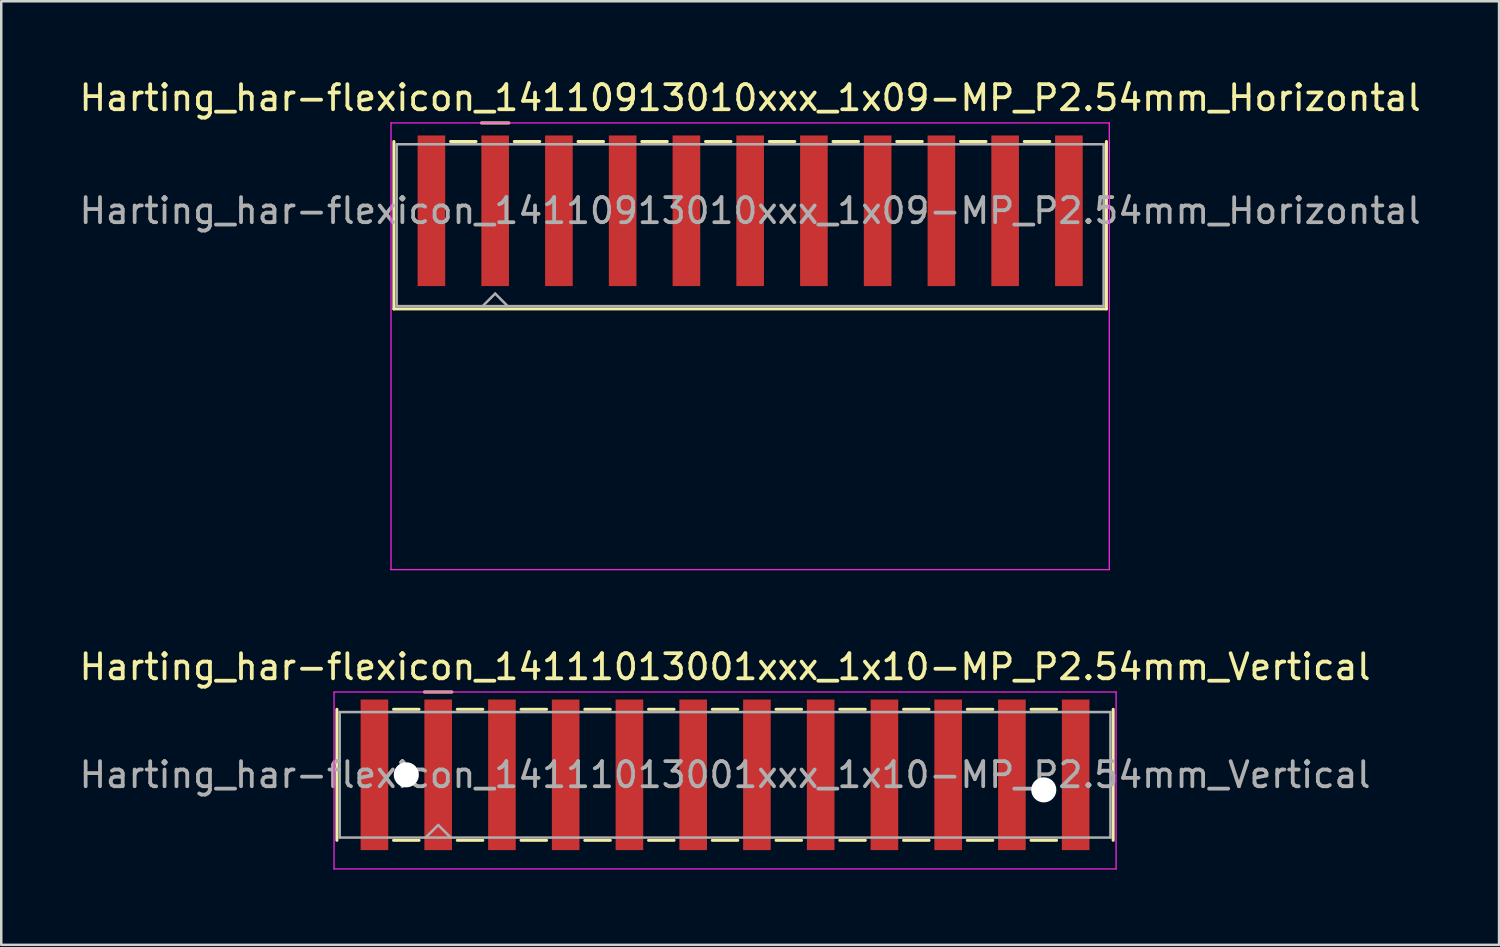
<source format=kicad_pcb>
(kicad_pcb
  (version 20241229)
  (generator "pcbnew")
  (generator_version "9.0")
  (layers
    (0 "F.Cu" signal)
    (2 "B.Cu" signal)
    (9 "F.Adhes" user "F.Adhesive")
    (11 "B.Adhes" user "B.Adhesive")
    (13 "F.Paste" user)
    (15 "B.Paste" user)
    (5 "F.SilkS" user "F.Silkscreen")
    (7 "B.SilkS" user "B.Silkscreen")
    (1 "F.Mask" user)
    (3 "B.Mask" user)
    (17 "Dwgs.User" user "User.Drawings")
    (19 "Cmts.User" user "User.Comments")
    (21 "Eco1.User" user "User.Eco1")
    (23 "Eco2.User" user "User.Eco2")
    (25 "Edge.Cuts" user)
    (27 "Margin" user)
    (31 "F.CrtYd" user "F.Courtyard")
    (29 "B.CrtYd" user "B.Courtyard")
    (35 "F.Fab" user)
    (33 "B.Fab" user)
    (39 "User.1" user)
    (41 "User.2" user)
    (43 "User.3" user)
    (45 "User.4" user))
  (footprint "Harting_har-flexicon_14110913010xxx_1x09-MP_P2.54mm_Horizontal"
    (layer "F.Cu")
    (at 26.839 6.648)
    (property "Reference" "Harting_har-flexicon_14110913010xxx_1x09-MP_P2.54mm_Horizontal" (at 0 -5.8 0) (layer "F.SilkS") (effects (font (size 1 1) (thickness 0.15))))
    (attr smd)
    (fp_line (start -14.195 -4.06) (end -14.195 2.61) (stroke (width 0.12) (type solid)) (layer "F.SilkS"))
    (fp_line (start -11.938 -4.06) (end -10.922 -4.06) (stroke (width 0.12) (type solid)) (layer "F.SilkS"))
    (fp_line (start -10.71 -4.8) (end -9.61 -4.8) (stroke (width 0.12) (type solid)) (layer "F.SilkS"))
    (fp_line (start -9.398 -4.06) (end -8.382 -4.06) (stroke (width 0.12) (type solid)) (layer "F.SilkS"))
    (fp_line (start -6.858 -4.06) (end -5.842 -4.06) (stroke (width 0.12) (type solid)) (layer "F.SilkS"))
    (fp_line (start -4.318 -4.06) (end -3.302 -4.06) (stroke (width 0.12) (type solid)) (layer "F.SilkS"))
    (fp_line (start -1.778 -4.06) (end -0.762 -4.06) (stroke (width 0.12) (type solid)) (layer "F.SilkS"))
    (fp_line (start 0.762 -4.06) (end 1.778 -4.06) (stroke (width 0.12) (type solid)) (layer "F.SilkS"))
    (fp_line (start 3.302 -4.06) (end 4.318 -4.06) (stroke (width 0.12) (type solid)) (layer "F.SilkS"))
    (fp_line (start 5.842 -4.06) (end 6.858 -4.06) (stroke (width 0.12) (type solid)) (layer "F.SilkS"))
    (fp_line (start 8.382 -4.06) (end 9.398 -4.06) (stroke (width 0.12) (type solid)) (layer "F.SilkS"))
    (fp_line (start 10.922 -4.06) (end 11.938 -4.06) (stroke (width 0.12) (type solid)) (layer "F.SilkS"))
    (fp_line (start 14.195 -4.06) (end 14.195 2.61) (stroke (width 0.12) (type solid)) (layer "F.SilkS"))
    (fp_line (start 14.195 2.61) (end -14.195 2.61) (stroke (width 0.12) (type solid)) (layer "F.SilkS"))
    (fp_line (start -14.31 -4.8) (end -14.31 13) (stroke (width 0.05) (type solid)) (layer "F.CrtYd"))
    (fp_line (start -14.31 13) (end 14.31 13) (stroke (width 0.05) (type solid)) (layer "F.CrtYd"))
    (fp_line (start 14.31 -4.8) (end -14.31 -4.8) (stroke (width 0.05) (type solid)) (layer "F.CrtYd"))
    (fp_line (start 14.31 13) (end 14.31 -4.8) (stroke (width 0.05) (type solid)) (layer "F.CrtYd"))
    (fp_line (start -14.085 -3.95) (end -14.085 2.5) (stroke (width 0.1) (type solid)) (layer "F.Fab"))
    (fp_line (start -14.085 2.5) (end 14.085 2.5) (stroke (width 0.1) (type solid)) (layer "F.Fab"))
    (fp_line (start -10.66 2.5) (end -10.16 2) (stroke (width 0.1) (type solid)) (layer "F.Fab"))
    (fp_line (start -10.16 2) (end -9.66 2.5) (stroke (width 0.1) (type solid)) (layer "F.Fab"))
    (fp_line (start 14.085 -3.95) (end -14.085 -3.95) (stroke (width 0.1) (type solid)) (layer "F.Fab"))
    (fp_line (start 14.085 2.5) (end 14.085 -3.95) (stroke (width 0.1) (type solid)) (layer "F.Fab"))
    (fp_text user "${REFERENCE}" (at 0 -1.3 0) (layer "F.Fab") (effects (font (size 1 1) (thickness 0.15))))
    (pad "1" smd rect (at -10.16 -1.3) (size 1.1 6) (layers "F.Cu" "F.Mask" "F.Paste"))
    (pad "2" smd rect (at -7.62 -1.3) (size 1.1 6) (layers "F.Cu" "F.Mask" "F.Paste"))
    (pad "3" smd rect (at -5.08 -1.3) (size 1.1 6) (layers "F.Cu" "F.Mask" "F.Paste"))
    (pad "4" smd rect (at -2.54 -1.3) (size 1.1 6) (layers "F.Cu" "F.Mask" "F.Paste"))
    (pad "5" smd rect (at 0 -1.3) (size 1.1 6) (layers "F.Cu" "F.Mask" "F.Paste"))
    (pad "6" smd rect (at 2.54 -1.3) (size 1.1 6) (layers "F.Cu" "F.Mask" "F.Paste"))
    (pad "7" smd rect (at 5.08 -1.3) (size 1.1 6) (layers "F.Cu" "F.Mask" "F.Paste"))
    (pad "8" smd rect (at 7.62 -1.3) (size 1.1 6) (layers "F.Cu" "F.Mask" "F.Paste"))
    (pad "9" smd rect (at 10.16 -1.3) (size 1.1 6) (layers "F.Cu" "F.Mask" "F.Paste"))
    (pad "MP" smd rect (at -12.7 -1.3) (size 1.1 6) (layers "F.Cu" "F.Mask" "F.Paste"))
    (pad "MP" smd rect (at 12.7 -1.3) (size 1.1 6) (layers "F.Cu" "F.Mask" "F.Paste")))
  (footprint "Harting_har-flexicon_14111013001xxx_1x10-MP_P2.54mm_Vertical"
    (layer "F.Cu")
    (at 25.839 27.822)
    (property "Reference" "Harting_har-flexicon_14111013001xxx_1x10-MP_P2.54mm_Vertical" (at 0 -4.3 0) (layer "F.SilkS") (effects (font (size 1 1) (thickness 0.15))))
    (attr smd)
    (fp_line (start -15.465 -2.61) (end -15.465 2.61) (stroke (width 0.12) (type solid)) (layer "F.SilkS"))
    (fp_line (start -13.208 -2.61) (end -12.192 -2.61) (stroke (width 0.12) (type solid)) (layer "F.SilkS"))
    (fp_line (start -13.208 2.61) (end -12.192 2.61) (stroke (width 0.12) (type solid)) (layer "F.SilkS"))
    (fp_line (start -11.98 -3.3) (end -10.88 -3.3) (stroke (width 0.12) (type solid)) (layer "F.SilkS"))
    (fp_line (start -10.668 -2.61) (end -9.652 -2.61) (stroke (width 0.12) (type solid)) (layer "F.SilkS"))
    (fp_line (start -10.668 2.61) (end -9.652 2.61) (stroke (width 0.12) (type solid)) (layer "F.SilkS"))
    (fp_line (start -8.128 -2.61) (end -7.112 -2.61) (stroke (width 0.12) (type solid)) (layer "F.SilkS"))
    (fp_line (start -8.128 2.61) (end -7.112 2.61) (stroke (width 0.12) (type solid)) (layer "F.SilkS"))
    (fp_line (start -5.588 -2.61) (end -4.572 -2.61) (stroke (width 0.12) (type solid)) (layer "F.SilkS"))
    (fp_line (start -5.588 2.61) (end -4.572 2.61) (stroke (width 0.12) (type solid)) (layer "F.SilkS"))
    (fp_line (start -3.048 -2.61) (end -2.032 -2.61) (stroke (width 0.12) (type solid)) (layer "F.SilkS"))
    (fp_line (start -3.048 2.61) (end -2.032 2.61) (stroke (width 0.12) (type solid)) (layer "F.SilkS"))
    (fp_line (start -0.508 -2.61) (end 0.508 -2.61) (stroke (width 0.12) (type solid)) (layer "F.SilkS"))
    (fp_line (start -0.508 2.61) (end 0.508 2.61) (stroke (width 0.12) (type solid)) (layer "F.SilkS"))
    (fp_line (start 2.032 -2.61) (end 3.048 -2.61) (stroke (width 0.12) (type solid)) (layer "F.SilkS"))
    (fp_line (start 2.032 2.61) (end 3.048 2.61) (stroke (width 0.12) (type solid)) (layer "F.SilkS"))
    (fp_line (start 4.572 -2.61) (end 5.588 -2.61) (stroke (width 0.12) (type solid)) (layer "F.SilkS"))
    (fp_line (start 4.572 2.61) (end 5.588 2.61) (stroke (width 0.12) (type solid)) (layer "F.SilkS"))
    (fp_line (start 7.112 -2.61) (end 8.128 -2.61) (stroke (width 0.12) (type solid)) (layer "F.SilkS"))
    (fp_line (start 7.112 2.61) (end 8.128 2.61) (stroke (width 0.12) (type solid)) (layer "F.SilkS"))
    (fp_line (start 9.652 -2.61) (end 10.668 -2.61) (stroke (width 0.12) (type solid)) (layer "F.SilkS"))
    (fp_line (start 9.652 2.61) (end 10.668 2.61) (stroke (width 0.12) (type solid)) (layer "F.SilkS"))
    (fp_line (start 12.192 -2.61) (end 13.208 -2.61) (stroke (width 0.12) (type solid)) (layer "F.SilkS"))
    (fp_line (start 12.192 2.61) (end 13.208 2.61) (stroke (width 0.12) (type solid)) (layer "F.SilkS"))
    (fp_line (start 15.465 -2.61) (end 15.465 2.61) (stroke (width 0.12) (type solid)) (layer "F.SilkS"))
    (fp_line (start -15.58 -3.3) (end -15.58 3.75) (stroke (width 0.05) (type solid)) (layer "F.CrtYd"))
    (fp_line (start -15.58 3.75) (end 15.58 3.75) (stroke (width 0.05) (type solid)) (layer "F.CrtYd"))
    (fp_line (start 15.58 -3.3) (end -15.58 -3.3) (stroke (width 0.05) (type solid)) (layer "F.CrtYd"))
    (fp_line (start 15.58 3.75) (end 15.58 -3.3) (stroke (width 0.05) (type solid)) (layer "F.CrtYd"))
    (fp_line (start -15.355 -2.5) (end -15.355 2.5) (stroke (width 0.1) (type solid)) (layer "F.Fab"))
    (fp_line (start -15.355 2.5) (end 15.355 2.5) (stroke (width 0.1) (type solid)) (layer "F.Fab"))
    (fp_line (start -11.93 2.5) (end -11.43 2) (stroke (width 0.1) (type solid)) (layer "F.Fab"))
    (fp_line (start -11.43 2) (end -10.93 2.5) (stroke (width 0.1) (type solid)) (layer "F.Fab"))
    (fp_line (start 15.355 -2.5) (end -15.355 -2.5) (stroke (width 0.1) (type solid)) (layer "F.Fab"))
    (fp_line (start 15.355 2.5) (end 15.355 -2.5) (stroke (width 0.1) (type solid)) (layer "F.Fab"))
    (fp_text user "${REFERENCE}" (at 0 0 0) (layer "F.Fab") (effects (font (size 1 1) (thickness 0.15))))
    (pad "" np_thru_hole circle (at -12.7 0) (size 1 1) (drill 1) (layers "*.Cu" "*.Mask"))
    (pad "" np_thru_hole circle (at 12.7 0.6) (size 1 1) (drill 1) (layers "*.Cu" "*.Mask"))
    (pad "1" smd rect (at -11.43 0) (size 1.1 6) (layers "F.Cu" "F.Mask" "F.Paste"))
    (pad "2" smd rect (at -8.89 0) (size 1.1 6) (layers "F.Cu" "F.Mask" "F.Paste"))
    (pad "3" smd rect (at -6.35 0) (size 1.1 6) (layers "F.Cu" "F.Mask" "F.Paste"))
    (pad "4" smd rect (at -3.81 0) (size 1.1 6) (layers "F.Cu" "F.Mask" "F.Paste"))
    (pad "5" smd rect (at -1.27 0) (size 1.1 6) (layers "F.Cu" "F.Mask" "F.Paste"))
    (pad "6" smd rect (at 1.27 0) (size 1.1 6) (layers "F.Cu" "F.Mask" "F.Paste"))
    (pad "7" smd rect (at 3.81 0) (size 1.1 6) (layers "F.Cu" "F.Mask" "F.Paste"))
    (pad "8" smd rect (at 6.35 0) (size 1.1 6) (layers "F.Cu" "F.Mask" "F.Paste"))
    (pad "9" smd rect (at 8.89 0) (size 1.1 6) (layers "F.Cu" "F.Mask" "F.Paste"))
    (pad "10" smd rect (at 11.43 0) (size 1.1 6) (layers "F.Cu" "F.Mask" "F.Paste"))
    (pad "MP" smd rect (at -13.97 0) (size 1.1 6) (layers "F.Cu" "F.Mask" "F.Paste"))
    (pad "MP" smd rect (at 13.97 0) (size 1.1 6) (layers "F.Cu" "F.Mask" "F.Paste")))
  (gr_rect
    (start -3 -3)
    (end 56.679 34.596)
    (stroke (width 0.1) (type default))
    (fill no)
    (layer "Edge.Cuts")))
</source>
